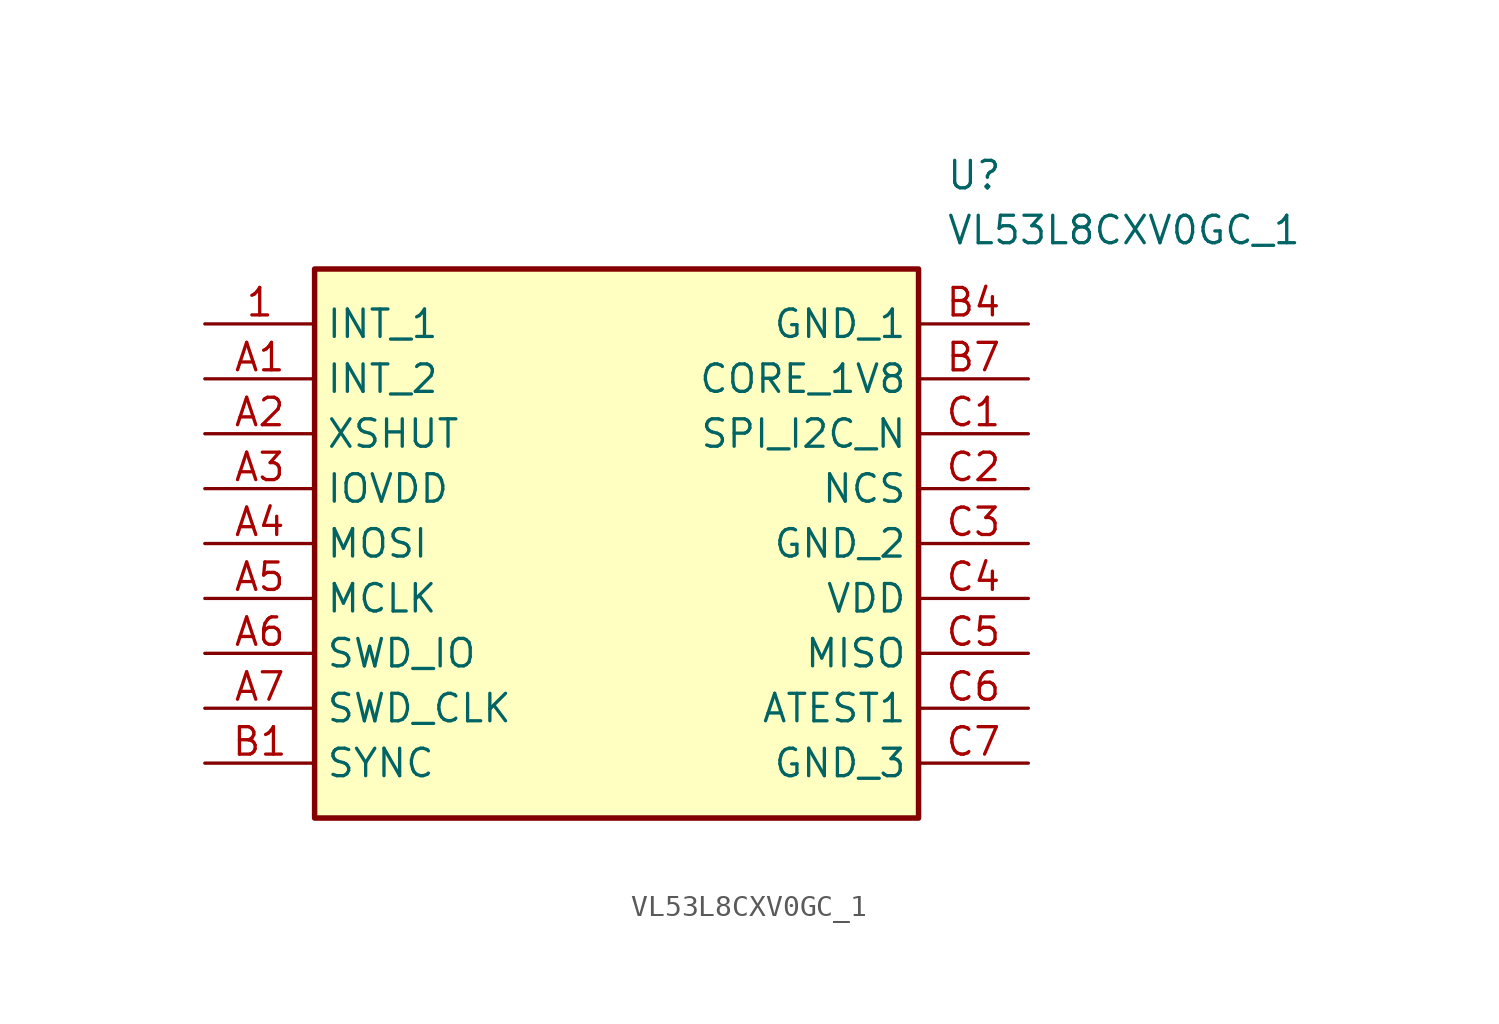
<source format=kicad_sym>
(kicad_symbol_lib
  (version 20231120)
  (generator "kicad_symbol_editor")
  (generator_version "8.0")
  (symbol "VL53L8CXV0GC_1"
    (property "Reference" "U"
      (at 34.29 7.62 0)
      (effects (font (size 1.27 1.27)) (justify left top)))
    (property "Value" "VL53L8CXV0GC_1"
      (at 34.29 5.08 0)
      (effects (font (size 1.27 1.27)) (justify left top)))
    (symbol "VL53L8CXV0GC_1_1_1"
      (rectangle (start 5.08 2.54) (end 33.02 -22.86) (stroke (width 0.254) (type default)) (fill (type background)))
      (pin passive line (at 0 0 0) (length 5.08) (name "INT_1" (effects (font (size 1.27 1.27)))) (number "1" (effects (font (size 1.27 1.27)))))
      (pin passive line (at 0 -2.54 0) (length 5.08) (name "INT_2" (effects (font (size 1.27 1.27)))) (number "A1" (effects (font (size 1.27 1.27)))))
      (pin passive line (at 0 -5.08 0) (length 5.08) (name "XSHUT" (effects (font (size 1.27 1.27)))) (number "A2" (effects (font (size 1.27 1.27)))))
      (pin passive line (at 0 -7.62 0) (length 5.08) (name "IOVDD" (effects (font (size 1.27 1.27)))) (number "A3" (effects (font (size 1.27 1.27)))))
      (pin passive line (at 0 -10.16 0) (length 5.08) (name "MOSI" (effects (font (size 1.27 1.27)))) (number "A4" (effects (font (size 1.27 1.27)))))
      (pin passive line (at 0 -12.7 0) (length 5.08) (name "MCLK" (effects (font (size 1.27 1.27)))) (number "A5" (effects (font (size 1.27 1.27)))))
      (pin passive line (at 0 -15.24 0) (length 5.08) (name "SWD_IO" (effects (font (size 1.27 1.27)))) (number "A6" (effects (font (size 1.27 1.27)))))
      (pin passive line (at 0 -17.78 0) (length 5.08) (name "SWD_CLK" (effects (font (size 1.27 1.27)))) (number "A7" (effects (font (size 1.27 1.27)))))
      (pin passive line (at 0 -20.32 0) (length 5.08) (name "SYNC" (effects (font (size 1.27 1.27)))) (number "B1" (effects (font (size 1.27 1.27)))))
      (pin passive line (at 38.1 0 180) (length 5.08) (name "GND_1" (effects (font (size 1.27 1.27)))) (number "B4" (effects (font (size 1.27 1.27)))))
      (pin passive line (at 38.1 -2.54 180) (length 5.08) (name "CORE_1V8" (effects (font (size 1.27 1.27)))) (number "B7" (effects (font (size 1.27 1.27)))))
      (pin passive line (at 38.1 -5.08 180) (length 5.08) (name "SPI_I2C_N" (effects (font (size 1.27 1.27)))) (number "C1" (effects (font (size 1.27 1.27)))))
      (pin passive line (at 38.1 -7.62 180) (length 5.08) (name "NCS" (effects (font (size 1.27 1.27)))) (number "C2" (effects (font (size 1.27 1.27)))))
      (pin passive line (at 38.1 -10.16 180) (length 5.08) (name "GND_2" (effects (font (size 1.27 1.27)))) (number "C3" (effects (font (size 1.27 1.27)))))
      (pin passive line (at 38.1 -12.7 180) (length 5.08) (name "VDD" (effects (font (size 1.27 1.27)))) (number "C4" (effects (font (size 1.27 1.27)))))
      (pin passive line (at 38.1 -15.24 180) (length 5.08) (name "MISO" (effects (font (size 1.27 1.27)))) (number "C5" (effects (font (size 1.27 1.27)))))
      (pin passive line (at 38.1 -17.78 180) (length 5.08) (name "ATEST1" (effects (font (size 1.27 1.27)))) (number "C6" (effects (font (size 1.27 1.27)))))
      (pin passive line (at 38.1 -20.32 180) (length 5.08) (name "GND_3" (effects (font (size 1.27 1.27)))) (number "C7" (effects (font (size 1.27 1.27))))))))
</source>
